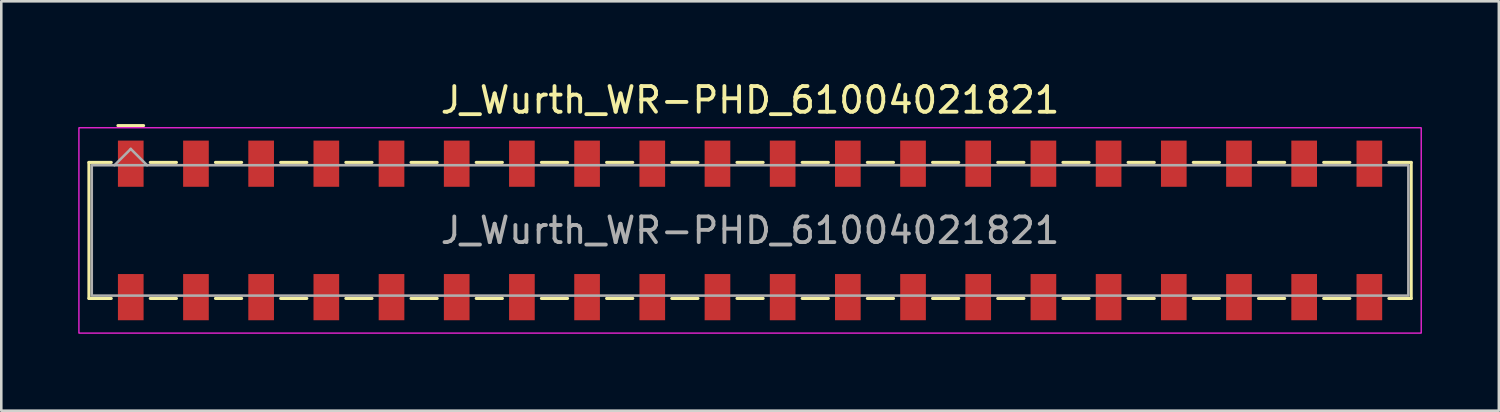
<source format=kicad_pcb>
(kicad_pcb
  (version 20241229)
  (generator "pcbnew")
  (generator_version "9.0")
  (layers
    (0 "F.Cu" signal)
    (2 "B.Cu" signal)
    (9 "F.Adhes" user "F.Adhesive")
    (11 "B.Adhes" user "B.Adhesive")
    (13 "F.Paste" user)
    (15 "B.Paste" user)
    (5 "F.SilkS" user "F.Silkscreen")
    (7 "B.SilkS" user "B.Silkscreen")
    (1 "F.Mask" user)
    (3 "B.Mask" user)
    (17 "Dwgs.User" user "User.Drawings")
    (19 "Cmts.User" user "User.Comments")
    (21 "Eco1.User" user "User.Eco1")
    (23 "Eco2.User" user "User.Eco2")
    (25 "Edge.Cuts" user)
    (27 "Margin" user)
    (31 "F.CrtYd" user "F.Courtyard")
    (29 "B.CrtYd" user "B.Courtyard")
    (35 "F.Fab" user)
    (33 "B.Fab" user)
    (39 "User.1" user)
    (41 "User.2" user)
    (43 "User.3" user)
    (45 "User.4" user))
  (footprint "J_Wurth_WR-PHD_61004021821"
    (layer "F.Cu")
    (at 26.175 5.928)
    (property "Reference" "J_Wurth_WR-PHD_61004021821" (at 0 -5.08 0) (unlocked yes) (layer "F.SilkS") (effects (font (size 1 1) (thickness 0.15))))
    (attr smd)
    (fp_line (start -25.76 -2.65) (end -25.76 2.65) (stroke (width 0.12) (type solid)) (layer "F.SilkS"))
    (fp_line (start -25.76 -2.65) (end -24.89 -2.65) (stroke (width 0.12) (type solid)) (layer "F.SilkS"))
    (fp_line (start -25.76 2.65) (end -24.89 2.65) (stroke (width 0.12) (type solid)) (layer "F.SilkS"))
    (fp_line (start -24.63 -4.085) (end -23.63 -4.085) (stroke (width 0.12) (type solid)) (layer "F.SilkS"))
    (fp_line (start -23.37 -2.65) (end -22.35 -2.65) (stroke (width 0.12) (type solid)) (layer "F.SilkS"))
    (fp_line (start -23.37 2.65) (end -22.35 2.65) (stroke (width 0.12) (type solid)) (layer "F.SilkS"))
    (fp_line (start -20.83 -2.65) (end -19.81 -2.65) (stroke (width 0.12) (type solid)) (layer "F.SilkS"))
    (fp_line (start -20.83 2.65) (end -19.81 2.65) (stroke (width 0.12) (type solid)) (layer "F.SilkS"))
    (fp_line (start -18.29 -2.65) (end -17.27 -2.65) (stroke (width 0.12) (type solid)) (layer "F.SilkS"))
    (fp_line (start -18.29 2.65) (end -17.27 2.65) (stroke (width 0.12) (type solid)) (layer "F.SilkS"))
    (fp_line (start -15.75 -2.65) (end -14.73 -2.65) (stroke (width 0.12) (type solid)) (layer "F.SilkS"))
    (fp_line (start -15.75 2.65) (end -14.73 2.65) (stroke (width 0.12) (type solid)) (layer "F.SilkS"))
    (fp_line (start -13.21 -2.65) (end -12.19 -2.65) (stroke (width 0.12) (type solid)) (layer "F.SilkS"))
    (fp_line (start -13.21 2.65) (end -12.19 2.65) (stroke (width 0.12) (type solid)) (layer "F.SilkS"))
    (fp_line (start -10.67 -2.65) (end -9.65 -2.65) (stroke (width 0.12) (type solid)) (layer "F.SilkS"))
    (fp_line (start -10.67 2.65) (end -9.65 2.65) (stroke (width 0.12) (type solid)) (layer "F.SilkS"))
    (fp_line (start -8.13 -2.65) (end -7.11 -2.65) (stroke (width 0.12) (type solid)) (layer "F.SilkS"))
    (fp_line (start -8.13 2.65) (end -7.11 2.65) (stroke (width 0.12) (type solid)) (layer "F.SilkS"))
    (fp_line (start -5.59 -2.65) (end -4.57 -2.65) (stroke (width 0.12) (type solid)) (layer "F.SilkS"))
    (fp_line (start -5.59 2.65) (end -4.57 2.65) (stroke (width 0.12) (type solid)) (layer "F.SilkS"))
    (fp_line (start -3.05 -2.65) (end -2.03 -2.65) (stroke (width 0.12) (type solid)) (layer "F.SilkS"))
    (fp_line (start -3.05 2.65) (end -2.03 2.65) (stroke (width 0.12) (type solid)) (layer "F.SilkS"))
    (fp_line (start -0.51 -2.65) (end 0.51 -2.65) (stroke (width 0.12) (type solid)) (layer "F.SilkS"))
    (fp_line (start -0.51 2.65) (end 0.51 2.65) (stroke (width 0.12) (type solid)) (layer "F.SilkS"))
    (fp_line (start 2.03 -2.65) (end 3.05 -2.65) (stroke (width 0.12) (type solid)) (layer "F.SilkS"))
    (fp_line (start 2.03 2.65) (end 3.05 2.65) (stroke (width 0.12) (type solid)) (layer "F.SilkS"))
    (fp_line (start 4.57 -2.65) (end 5.59 -2.65) (stroke (width 0.12) (type solid)) (layer "F.SilkS"))
    (fp_line (start 4.57 2.65) (end 5.59 2.65) (stroke (width 0.12) (type solid)) (layer "F.SilkS"))
    (fp_line (start 7.11 -2.65) (end 8.13 -2.65) (stroke (width 0.12) (type solid)) (layer "F.SilkS"))
    (fp_line (start 7.11 2.65) (end 8.13 2.65) (stroke (width 0.12) (type solid)) (layer "F.SilkS"))
    (fp_line (start 9.65 -2.65) (end 10.67 -2.65) (stroke (width 0.12) (type solid)) (layer "F.SilkS"))
    (fp_line (start 9.65 2.65) (end 10.67 2.65) (stroke (width 0.12) (type solid)) (layer "F.SilkS"))
    (fp_line (start 12.19 -2.65) (end 13.21 -2.65) (stroke (width 0.12) (type solid)) (layer "F.SilkS"))
    (fp_line (start 12.19 2.65) (end 13.21 2.65) (stroke (width 0.12) (type solid)) (layer "F.SilkS"))
    (fp_line (start 14.73 -2.65) (end 15.75 -2.65) (stroke (width 0.12) (type solid)) (layer "F.SilkS"))
    (fp_line (start 14.73 2.65) (end 15.75 2.65) (stroke (width 0.12) (type solid)) (layer "F.SilkS"))
    (fp_line (start 17.27 -2.65) (end 18.29 -2.65) (stroke (width 0.12) (type solid)) (layer "F.SilkS"))
    (fp_line (start 17.27 2.65) (end 18.29 2.65) (stroke (width 0.12) (type solid)) (layer "F.SilkS"))
    (fp_line (start 19.81 -2.65) (end 20.83 -2.65) (stroke (width 0.12) (type solid)) (layer "F.SilkS"))
    (fp_line (start 19.81 2.65) (end 20.83 2.65) (stroke (width 0.12) (type solid)) (layer "F.SilkS"))
    (fp_line (start 22.35 -2.65) (end 23.37 -2.65) (stroke (width 0.12) (type solid)) (layer "F.SilkS"))
    (fp_line (start 22.35 2.65) (end 23.37 2.65) (stroke (width 0.12) (type solid)) (layer "F.SilkS"))
    (fp_line (start 24.89 -2.65) (end 25.76 -2.65) (stroke (width 0.12) (type solid)) (layer "F.SilkS"))
    (fp_line (start 24.89 2.65) (end 25.76 2.65) (stroke (width 0.12) (type solid)) (layer "F.SilkS"))
    (fp_line (start 25.76 -2.65) (end 25.76 2.65) (stroke (width 0.12) (type solid)) (layer "F.SilkS"))
    (fp_rect (start -26.15 -4) (end 26.15 4) (stroke (width 0.05) (type solid)) (fill no) (layer "F.CrtYd"))
    (fp_line (start -24.765 -2.54) (end -24.13 -3.175) (stroke (width 0.1) (type default)) (layer "F.Fab"))
    (fp_line (start -24.13 -3.175) (end -23.495 -2.54) (stroke (width 0.1) (type default)) (layer "F.Fab"))
    (fp_rect (start -25.65 -2.54) (end 25.65 2.54) (stroke (width 0.1) (type solid)) (fill no) (layer "F.Fab"))
    (fp_text user "${REFERENCE}" (at 0 0 0) (unlocked yes) (layer "F.Fab") (effects (font (size 1 1) (thickness 0.15))))
    (pad "1" smd rect (at -24.13 -2.6) (size 1 1.8) (layers "F.Cu" "F.Mask" "F.Paste"))
    (pad "2" smd rect (at -24.13 2.6) (size 1 1.8) (layers "F.Cu" "F.Mask" "F.Paste"))
    (pad "3" smd rect (at -21.59 -2.6) (size 1 1.8) (layers "F.Cu" "F.Mask" "F.Paste"))
    (pad "4" smd rect (at -21.59 2.6) (size 1 1.8) (layers "F.Cu" "F.Mask" "F.Paste"))
    (pad "5" smd rect (at -19.05 -2.6) (size 1 1.8) (layers "F.Cu" "F.Mask" "F.Paste"))
    (pad "6" smd rect (at -19.05 2.6) (size 1 1.8) (layers "F.Cu" "F.Mask" "F.Paste"))
    (pad "7" smd rect (at -16.51 -2.6) (size 1 1.8) (layers "F.Cu" "F.Mask" "F.Paste"))
    (pad "8" smd rect (at -16.51 2.6) (size 1 1.8) (layers "F.Cu" "F.Mask" "F.Paste"))
    (pad "9" smd rect (at -13.97 -2.6) (size 1 1.8) (layers "F.Cu" "F.Mask" "F.Paste"))
    (pad "10" smd rect (at -13.97 2.6) (size 1 1.8) (layers "F.Cu" "F.Mask" "F.Paste"))
    (pad "11" smd rect (at -11.43 -2.6) (size 1 1.8) (layers "F.Cu" "F.Mask" "F.Paste"))
    (pad "12" smd rect (at -11.43 2.6) (size 1 1.8) (layers "F.Cu" "F.Mask" "F.Paste"))
    (pad "13" smd rect (at -8.89 -2.6) (size 1 1.8) (layers "F.Cu" "F.Mask" "F.Paste"))
    (pad "14" smd rect (at -8.89 2.6) (size 1 1.8) (layers "F.Cu" "F.Mask" "F.Paste"))
    (pad "15" smd rect (at -6.35 -2.6) (size 1 1.8) (layers "F.Cu" "F.Mask" "F.Paste"))
    (pad "16" smd rect (at -6.35 2.6) (size 1 1.8) (layers "F.Cu" "F.Mask" "F.Paste"))
    (pad "17" smd rect (at -3.81 -2.6) (size 1 1.8) (layers "F.Cu" "F.Mask" "F.Paste"))
    (pad "18" smd rect (at -3.81 2.6) (size 1 1.8) (layers "F.Cu" "F.Mask" "F.Paste"))
    (pad "19" smd rect (at -1.27 -2.6) (size 1 1.8) (layers "F.Cu" "F.Mask" "F.Paste"))
    (pad "20" smd rect (at -1.27 2.6) (size 1 1.8) (layers "F.Cu" "F.Mask" "F.Paste"))
    (pad "21" smd rect (at 1.27 -2.6) (size 1 1.8) (layers "F.Cu" "F.Mask" "F.Paste"))
    (pad "22" smd rect (at 1.27 2.6) (size 1 1.8) (layers "F.Cu" "F.Mask" "F.Paste"))
    (pad "23" smd rect (at 3.81 -2.6) (size 1 1.8) (layers "F.Cu" "F.Mask" "F.Paste"))
    (pad "24" smd rect (at 3.81 2.6) (size 1 1.8) (layers "F.Cu" "F.Mask" "F.Paste"))
    (pad "25" smd rect (at 6.35 -2.6) (size 1 1.8) (layers "F.Cu" "F.Mask" "F.Paste"))
    (pad "26" smd rect (at 6.35 2.6) (size 1 1.8) (layers "F.Cu" "F.Mask" "F.Paste"))
    (pad "27" smd rect (at 8.89 -2.6) (size 1 1.8) (layers "F.Cu" "F.Mask" "F.Paste"))
    (pad "28" smd rect (at 8.89 2.6) (size 1 1.8) (layers "F.Cu" "F.Mask" "F.Paste"))
    (pad "29" smd rect (at 11.43 -2.6) (size 1 1.8) (layers "F.Cu" "F.Mask" "F.Paste"))
    (pad "30" smd rect (at 11.43 2.6) (size 1 1.8) (layers "F.Cu" "F.Mask" "F.Paste"))
    (pad "31" smd rect (at 13.97 -2.6) (size 1 1.8) (layers "F.Cu" "F.Mask" "F.Paste"))
    (pad "32" smd rect (at 13.97 2.6) (size 1 1.8) (layers "F.Cu" "F.Mask" "F.Paste"))
    (pad "33" smd rect (at 16.51 -2.6) (size 1 1.8) (layers "F.Cu" "F.Mask" "F.Paste"))
    (pad "34" smd rect (at 16.51 2.6) (size 1 1.8) (layers "F.Cu" "F.Mask" "F.Paste"))
    (pad "35" smd rect (at 19.05 -2.6) (size 1 1.8) (layers "F.Cu" "F.Mask" "F.Paste"))
    (pad "36" smd rect (at 19.05 2.6) (size 1 1.8) (layers "F.Cu" "F.Mask" "F.Paste"))
    (pad "37" smd rect (at 21.59 -2.6) (size 1 1.8) (layers "F.Cu" "F.Mask" "F.Paste"))
    (pad "38" smd rect (at 21.59 2.6) (size 1 1.8) (layers "F.Cu" "F.Mask" "F.Paste"))
    (pad "39" smd rect (at 24.13 -2.6) (size 1 1.8) (layers "F.Cu" "F.Mask" "F.Paste"))
    (pad "40" smd rect (at 24.13 2.6) (size 1 1.8) (layers "F.Cu" "F.Mask" "F.Paste")))
  (gr_rect
    (start -3 -3)
    (end 55.35 12.953)
    (stroke (width 0.1) (type default))
    (fill no)
    (layer "Edge.Cuts")))
</source>
